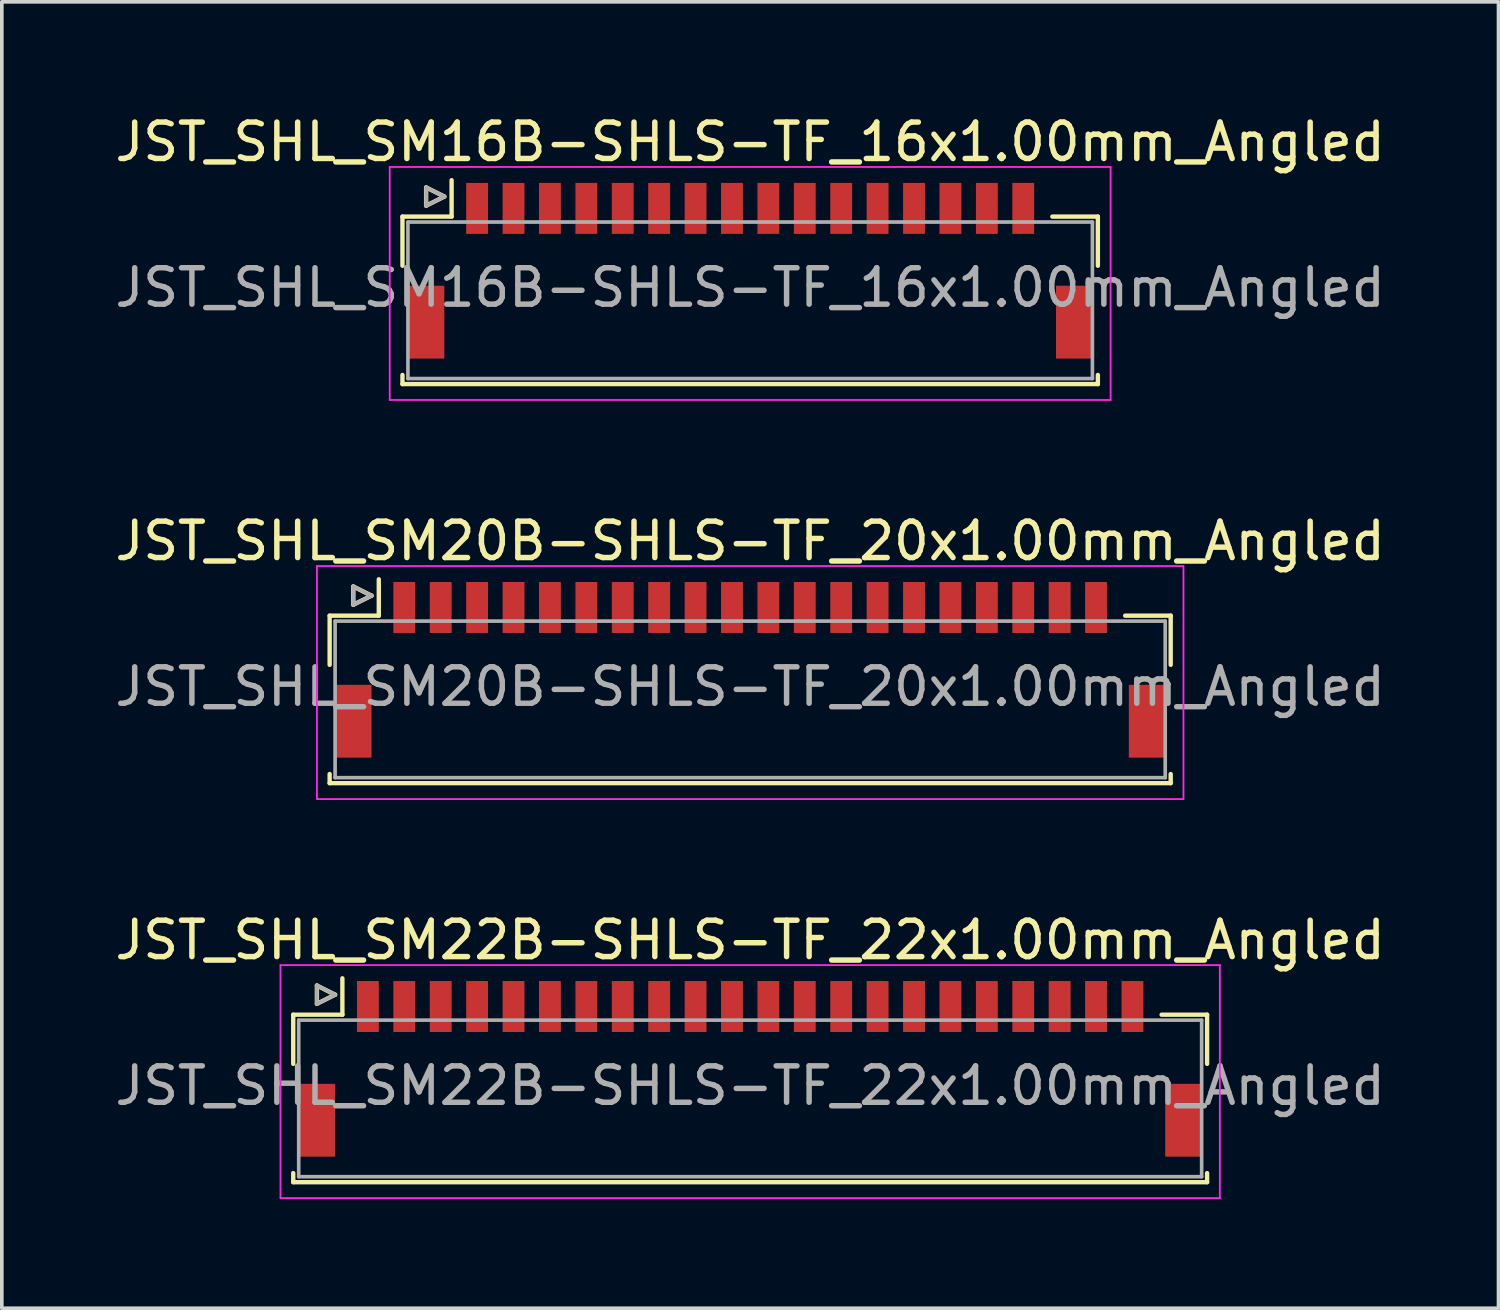
<source format=kicad_pcb>
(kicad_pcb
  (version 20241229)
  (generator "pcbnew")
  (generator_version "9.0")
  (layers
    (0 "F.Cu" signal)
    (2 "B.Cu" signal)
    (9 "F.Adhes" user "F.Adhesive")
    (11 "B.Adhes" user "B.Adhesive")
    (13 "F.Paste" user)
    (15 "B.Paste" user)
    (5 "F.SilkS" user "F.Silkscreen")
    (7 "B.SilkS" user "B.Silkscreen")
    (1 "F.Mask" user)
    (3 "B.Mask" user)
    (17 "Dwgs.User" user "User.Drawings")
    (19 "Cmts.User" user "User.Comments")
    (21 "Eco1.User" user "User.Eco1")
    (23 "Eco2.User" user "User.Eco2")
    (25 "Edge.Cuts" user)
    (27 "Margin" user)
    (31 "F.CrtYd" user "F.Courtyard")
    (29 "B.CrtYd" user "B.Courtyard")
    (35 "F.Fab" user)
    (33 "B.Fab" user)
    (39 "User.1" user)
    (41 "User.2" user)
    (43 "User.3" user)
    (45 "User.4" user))
  (footprint "JST_SHL_SM16B-SHLS-TF_16x1.00mm_Angled"
    (layer "F.Cu")
    (at 17.554 4.236)
    (property "Reference" "JST_SHL_SM16B-SHLS-TF_16x1.00mm_Angled" (at 0 -3.388 0) (layer "F.SilkS") (effects (font (size 1 1) (thickness 0.15))))
    (attr smd)
    (fp_line (start -9.55 -1.337) (end -8.2 -1.337) (stroke (width 0.12) (type solid)) (layer "F.SilkS"))
    (fp_line (start -9.55 0.013) (end -9.55 -1.337) (stroke (width 0.12) (type solid)) (layer "F.SilkS"))
    (fp_line (start -9.55 3.013) (end -9.55 3.263) (stroke (width 0.12) (type solid)) (layer "F.SilkS"))
    (fp_line (start -9.55 3.263) (end 9.55 3.263) (stroke (width 0.12) (type solid)) (layer "F.SilkS"))
    (fp_line (start -8.9 -2.138) (end -8.9 -1.637) (stroke (width 0.12) (type solid)) (layer "F.SilkS"))
    (fp_line (start -8.9 -1.637) (end -8.4 -1.887) (stroke (width 0.12) (type solid)) (layer "F.SilkS"))
    (fp_line (start -8.4 -1.887) (end -8.9 -2.138) (stroke (width 0.12) (type solid)) (layer "F.SilkS"))
    (fp_line (start -8.2 -1.337) (end -8.2 -2.337) (stroke (width 0.12) (type solid)) (layer "F.SilkS"))
    (fp_line (start 9.55 -1.337) (end 8.3 -1.337) (stroke (width 0.12) (type solid)) (layer "F.SilkS"))
    (fp_line (start 9.55 0.013) (end 9.55 -1.337) (stroke (width 0.12) (type solid)) (layer "F.SilkS"))
    (fp_line (start 9.55 3.263) (end 9.55 3.013) (stroke (width 0.12) (type solid)) (layer "F.SilkS"))
    (fp_line (start -9.9 -2.7) (end -9.9 3.7) (stroke (width 0.05) (type solid)) (layer "F.CrtYd"))
    (fp_line (start -9.9 3.7) (end 9.9 3.7) (stroke (width 0.05) (type solid)) (layer "F.CrtYd"))
    (fp_line (start 9.9 -2.7) (end -9.9 -2.7) (stroke (width 0.05) (type solid)) (layer "F.CrtYd"))
    (fp_line (start 9.9 3.7) (end 9.9 -2.7) (stroke (width 0.05) (type solid)) (layer "F.CrtYd"))
    (fp_line (start -9.4 -1.188) (end -9.4 3.112) (stroke (width 0.1) (type solid)) (layer "F.Fab"))
    (fp_line (start -9.4 3.112) (end 9.4 3.112) (stroke (width 0.1) (type solid)) (layer "F.Fab"))
    (fp_line (start -8.9 -2.138) (end -8.9 -1.637) (stroke (width 0.1) (type solid)) (layer "F.Fab"))
    (fp_line (start -8.9 -1.637) (end -8.4 -1.887) (stroke (width 0.1) (type solid)) (layer "F.Fab"))
    (fp_line (start -8.4 -1.887) (end -8.9 -2.138) (stroke (width 0.1) (type solid)) (layer "F.Fab"))
    (fp_line (start 9.4 -1.188) (end -9.4 -1.188) (stroke (width 0.1) (type solid)) (layer "F.Fab"))
    (fp_line (start 9.4 3.112) (end 9.4 -1.188) (stroke (width 0.1) (type solid)) (layer "F.Fab"))
    (fp_text user "${REFERENCE}" (at 0 0.613 0) (layer "F.Fab") (effects (font (size 1 1) (thickness 0.15))))
    (pad "" smd rect (at -8.9 1.562) (size 1 2) (layers "F.Cu" "F.Mask" "F.Paste"))
    (pad "" smd rect (at 8.9 1.562) (size 1 2) (layers "F.Cu" "F.Mask" "F.Paste"))
    (pad "1" smd rect (at -7.5 -1.562) (size 0.6 1.4) (layers "F.Cu" "F.Mask" "F.Paste"))
    (pad "2" smd rect (at -6.5 -1.562) (size 0.6 1.4) (layers "F.Cu" "F.Mask" "F.Paste"))
    (pad "3" smd rect (at -5.5 -1.562) (size 0.6 1.4) (layers "F.Cu" "F.Mask" "F.Paste"))
    (pad "4" smd rect (at -4.5 -1.562) (size 0.6 1.4) (layers "F.Cu" "F.Mask" "F.Paste"))
    (pad "5" smd rect (at -3.5 -1.562) (size 0.6 1.4) (layers "F.Cu" "F.Mask" "F.Paste"))
    (pad "6" smd rect (at -2.5 -1.562) (size 0.6 1.4) (layers "F.Cu" "F.Mask" "F.Paste"))
    (pad "7" smd rect (at -1.5 -1.562) (size 0.6 1.4) (layers "F.Cu" "F.Mask" "F.Paste"))
    (pad "8" smd rect (at -0.5 -1.562) (size 0.6 1.4) (layers "F.Cu" "F.Mask" "F.Paste"))
    (pad "9" smd rect (at 0.5 -1.562) (size 0.6 1.4) (layers "F.Cu" "F.Mask" "F.Paste"))
    (pad "10" smd rect (at 1.5 -1.562) (size 0.6 1.4) (layers "F.Cu" "F.Mask" "F.Paste"))
    (pad "11" smd rect (at 2.5 -1.562) (size 0.6 1.4) (layers "F.Cu" "F.Mask" "F.Paste"))
    (pad "12" smd rect (at 3.5 -1.562) (size 0.6 1.4) (layers "F.Cu" "F.Mask" "F.Paste"))
    (pad "13" smd rect (at 4.5 -1.562) (size 0.6 1.4) (layers "F.Cu" "F.Mask" "F.Paste"))
    (pad "14" smd rect (at 5.5 -1.562) (size 0.6 1.4) (layers "F.Cu" "F.Mask" "F.Paste"))
    (pad "15" smd rect (at 6.5 -1.562) (size 0.6 1.4) (layers "F.Cu" "F.Mask" "F.Paste"))
    (pad "16" smd rect (at 7.5 -1.562) (size 0.6 1.4) (layers "F.Cu" "F.Mask" "F.Paste")))
  (footprint "JST_SHL_SM22B-SHLS-TF_22x1.00mm_Angled"
    (layer "F.Cu")
    (at 17.554 26.157)
    (property "Reference" "JST_SHL_SM22B-SHLS-TF_22x1.00mm_Angled" (at 0 -3.388 0) (layer "F.SilkS") (effects (font (size 1 1) (thickness 0.15))))
    (attr smd)
    (fp_line (start -12.55 -1.337) (end -11.2 -1.337) (stroke (width 0.12) (type solid)) (layer "F.SilkS"))
    (fp_line (start -12.55 0.013) (end -12.55 -1.337) (stroke (width 0.12) (type solid)) (layer "F.SilkS"))
    (fp_line (start -12.55 3.013) (end -12.55 3.263) (stroke (width 0.12) (type solid)) (layer "F.SilkS"))
    (fp_line (start -12.55 3.263) (end 12.55 3.263) (stroke (width 0.12) (type solid)) (layer "F.SilkS"))
    (fp_line (start -11.9 -2.138) (end -11.9 -1.637) (stroke (width 0.12) (type solid)) (layer "F.SilkS"))
    (fp_line (start -11.9 -1.637) (end -11.4 -1.887) (stroke (width 0.12) (type solid)) (layer "F.SilkS"))
    (fp_line (start -11.4 -1.887) (end -11.9 -2.138) (stroke (width 0.12) (type solid)) (layer "F.SilkS"))
    (fp_line (start -11.2 -1.337) (end -11.2 -2.337) (stroke (width 0.12) (type solid)) (layer "F.SilkS"))
    (fp_line (start 12.55 -1.337) (end 11.3 -1.337) (stroke (width 0.12) (type solid)) (layer "F.SilkS"))
    (fp_line (start 12.55 0.013) (end 12.55 -1.337) (stroke (width 0.12) (type solid)) (layer "F.SilkS"))
    (fp_line (start 12.55 3.263) (end 12.55 3.013) (stroke (width 0.12) (type solid)) (layer "F.SilkS"))
    (fp_line (start -12.9 -2.7) (end -12.9 3.7) (stroke (width 0.05) (type solid)) (layer "F.CrtYd"))
    (fp_line (start -12.9 3.7) (end 12.9 3.7) (stroke (width 0.05) (type solid)) (layer "F.CrtYd"))
    (fp_line (start 12.9 -2.7) (end -12.9 -2.7) (stroke (width 0.05) (type solid)) (layer "F.CrtYd"))
    (fp_line (start 12.9 3.7) (end 12.9 -2.7) (stroke (width 0.05) (type solid)) (layer "F.CrtYd"))
    (fp_line (start -12.4 -1.188) (end -12.4 3.112) (stroke (width 0.1) (type solid)) (layer "F.Fab"))
    (fp_line (start -12.4 3.112) (end 12.4 3.112) (stroke (width 0.1) (type solid)) (layer "F.Fab"))
    (fp_line (start -11.9 -2.138) (end -11.9 -1.637) (stroke (width 0.1) (type solid)) (layer "F.Fab"))
    (fp_line (start -11.9 -1.637) (end -11.4 -1.887) (stroke (width 0.1) (type solid)) (layer "F.Fab"))
    (fp_line (start -11.4 -1.887) (end -11.9 -2.138) (stroke (width 0.1) (type solid)) (layer "F.Fab"))
    (fp_line (start 12.4 -1.188) (end -12.4 -1.188) (stroke (width 0.1) (type solid)) (layer "F.Fab"))
    (fp_line (start 12.4 3.112) (end 12.4 -1.188) (stroke (width 0.1) (type solid)) (layer "F.Fab"))
    (fp_text user "${REFERENCE}" (at 0 0.613 0) (layer "F.Fab") (effects (font (size 1 1) (thickness 0.15))))
    (pad "" smd rect (at -11.9 1.562) (size 1 2) (layers "F.Cu" "F.Mask" "F.Paste"))
    (pad "" smd rect (at 11.9 1.562) (size 1 2) (layers "F.Cu" "F.Mask" "F.Paste"))
    (pad "1" smd rect (at -10.5 -1.562) (size 0.6 1.4) (layers "F.Cu" "F.Mask" "F.Paste"))
    (pad "2" smd rect (at -9.5 -1.562) (size 0.6 1.4) (layers "F.Cu" "F.Mask" "F.Paste"))
    (pad "3" smd rect (at -8.5 -1.562) (size 0.6 1.4) (layers "F.Cu" "F.Mask" "F.Paste"))
    (pad "4" smd rect (at -7.5 -1.562) (size 0.6 1.4) (layers "F.Cu" "F.Mask" "F.Paste"))
    (pad "5" smd rect (at -6.5 -1.562) (size 0.6 1.4) (layers "F.Cu" "F.Mask" "F.Paste"))
    (pad "6" smd rect (at -5.5 -1.562) (size 0.6 1.4) (layers "F.Cu" "F.Mask" "F.Paste"))
    (pad "7" smd rect (at -4.5 -1.562) (size 0.6 1.4) (layers "F.Cu" "F.Mask" "F.Paste"))
    (pad "8" smd rect (at -3.5 -1.562) (size 0.6 1.4) (layers "F.Cu" "F.Mask" "F.Paste"))
    (pad "9" smd rect (at -2.5 -1.562) (size 0.6 1.4) (layers "F.Cu" "F.Mask" "F.Paste"))
    (pad "10" smd rect (at -1.5 -1.562) (size 0.6 1.4) (layers "F.Cu" "F.Mask" "F.Paste"))
    (pad "11" smd rect (at -0.5 -1.562) (size 0.6 1.4) (layers "F.Cu" "F.Mask" "F.Paste"))
    (pad "12" smd rect (at 0.5 -1.562) (size 0.6 1.4) (layers "F.Cu" "F.Mask" "F.Paste"))
    (pad "13" smd rect (at 1.5 -1.562) (size 0.6 1.4) (layers "F.Cu" "F.Mask" "F.Paste"))
    (pad "14" smd rect (at 2.5 -1.562) (size 0.6 1.4) (layers "F.Cu" "F.Mask" "F.Paste"))
    (pad "15" smd rect (at 3.5 -1.562) (size 0.6 1.4) (layers "F.Cu" "F.Mask" "F.Paste"))
    (pad "16" smd rect (at 4.5 -1.562) (size 0.6 1.4) (layers "F.Cu" "F.Mask" "F.Paste"))
    (pad "17" smd rect (at 5.5 -1.562) (size 0.6 1.4) (layers "F.Cu" "F.Mask" "F.Paste"))
    (pad "18" smd rect (at 6.5 -1.562) (size 0.6 1.4) (layers "F.Cu" "F.Mask" "F.Paste"))
    (pad "19" smd rect (at 7.5 -1.562) (size 0.6 1.4) (layers "F.Cu" "F.Mask" "F.Paste"))
    (pad "20" smd rect (at 8.5 -1.562) (size 0.6 1.4) (layers "F.Cu" "F.Mask" "F.Paste"))
    (pad "21" smd rect (at 9.5 -1.562) (size 0.6 1.4) (layers "F.Cu" "F.Mask" "F.Paste"))
    (pad "22" smd rect (at 10.5 -1.562) (size 0.6 1.4) (layers "F.Cu" "F.Mask" "F.Paste")))
  (footprint "JST_SHL_SM20B-SHLS-TF_20x1.00mm_Angled"
    (layer "F.Cu")
    (at 17.554 15.197)
    (property "Reference" "JST_SHL_SM20B-SHLS-TF_20x1.00mm_Angled" (at 0 -3.388 0) (layer "F.SilkS") (effects (font (size 1 1) (thickness 0.15))))
    (attr smd)
    (fp_line (start -11.55 -1.337) (end -10.2 -1.337) (stroke (width 0.12) (type solid)) (layer "F.SilkS"))
    (fp_line (start -11.55 0.013) (end -11.55 -1.337) (stroke (width 0.12) (type solid)) (layer "F.SilkS"))
    (fp_line (start -11.55 3.013) (end -11.55 3.263) (stroke (width 0.12) (type solid)) (layer "F.SilkS"))
    (fp_line (start -11.55 3.263) (end 11.55 3.263) (stroke (width 0.12) (type solid)) (layer "F.SilkS"))
    (fp_line (start -10.9 -2.138) (end -10.9 -1.637) (stroke (width 0.12) (type solid)) (layer "F.SilkS"))
    (fp_line (start -10.9 -1.637) (end -10.4 -1.887) (stroke (width 0.12) (type solid)) (layer "F.SilkS"))
    (fp_line (start -10.4 -1.887) (end -10.9 -2.138) (stroke (width 0.12) (type solid)) (layer "F.SilkS"))
    (fp_line (start -10.2 -1.337) (end -10.2 -2.337) (stroke (width 0.12) (type solid)) (layer "F.SilkS"))
    (fp_line (start 11.55 -1.337) (end 10.3 -1.337) (stroke (width 0.12) (type solid)) (layer "F.SilkS"))
    (fp_line (start 11.55 0.013) (end 11.55 -1.337) (stroke (width 0.12) (type solid)) (layer "F.SilkS"))
    (fp_line (start 11.55 3.263) (end 11.55 3.013) (stroke (width 0.12) (type solid)) (layer "F.SilkS"))
    (fp_line (start -11.9 -2.7) (end -11.9 3.7) (stroke (width 0.05) (type solid)) (layer "F.CrtYd"))
    (fp_line (start -11.9 3.7) (end 11.9 3.7) (stroke (width 0.05) (type solid)) (layer "F.CrtYd"))
    (fp_line (start 11.9 -2.7) (end -11.9 -2.7) (stroke (width 0.05) (type solid)) (layer "F.CrtYd"))
    (fp_line (start 11.9 3.7) (end 11.9 -2.7) (stroke (width 0.05) (type solid)) (layer "F.CrtYd"))
    (fp_line (start -11.4 -1.188) (end -11.4 3.112) (stroke (width 0.1) (type solid)) (layer "F.Fab"))
    (fp_line (start -11.4 3.112) (end 11.4 3.112) (stroke (width 0.1) (type solid)) (layer "F.Fab"))
    (fp_line (start -10.9 -2.138) (end -10.9 -1.637) (stroke (width 0.1) (type solid)) (layer "F.Fab"))
    (fp_line (start -10.9 -1.637) (end -10.4 -1.887) (stroke (width 0.1) (type solid)) (layer "F.Fab"))
    (fp_line (start -10.4 -1.887) (end -10.9 -2.138) (stroke (width 0.1) (type solid)) (layer "F.Fab"))
    (fp_line (start 11.4 -1.188) (end -11.4 -1.188) (stroke (width 0.1) (type solid)) (layer "F.Fab"))
    (fp_line (start 11.4 3.112) (end 11.4 -1.188) (stroke (width 0.1) (type solid)) (layer "F.Fab"))
    (fp_text user "${REFERENCE}" (at 0 0.613 0) (layer "F.Fab") (effects (font (size 1 1) (thickness 0.15))))
    (pad "" smd rect (at -10.9 1.562) (size 1 2) (layers "F.Cu" "F.Mask" "F.Paste"))
    (pad "" smd rect (at 10.9 1.562) (size 1 2) (layers "F.Cu" "F.Mask" "F.Paste"))
    (pad "1" smd rect (at -9.5 -1.562) (size 0.6 1.4) (layers "F.Cu" "F.Mask" "F.Paste"))
    (pad "2" smd rect (at -8.5 -1.562) (size 0.6 1.4) (layers "F.Cu" "F.Mask" "F.Paste"))
    (pad "3" smd rect (at -7.5 -1.562) (size 0.6 1.4) (layers "F.Cu" "F.Mask" "F.Paste"))
    (pad "4" smd rect (at -6.5 -1.562) (size 0.6 1.4) (layers "F.Cu" "F.Mask" "F.Paste"))
    (pad "5" smd rect (at -5.5 -1.562) (size 0.6 1.4) (layers "F.Cu" "F.Mask" "F.Paste"))
    (pad "6" smd rect (at -4.5 -1.562) (size 0.6 1.4) (layers "F.Cu" "F.Mask" "F.Paste"))
    (pad "7" smd rect (at -3.5 -1.562) (size 0.6 1.4) (layers "F.Cu" "F.Mask" "F.Paste"))
    (pad "8" smd rect (at -2.5 -1.562) (size 0.6 1.4) (layers "F.Cu" "F.Mask" "F.Paste"))
    (pad "9" smd rect (at -1.5 -1.562) (size 0.6 1.4) (layers "F.Cu" "F.Mask" "F.Paste"))
    (pad "10" smd rect (at -0.5 -1.562) (size 0.6 1.4) (layers "F.Cu" "F.Mask" "F.Paste"))
    (pad "11" smd rect (at 0.5 -1.562) (size 0.6 1.4) (layers "F.Cu" "F.Mask" "F.Paste"))
    (pad "12" smd rect (at 1.5 -1.562) (size 0.6 1.4) (layers "F.Cu" "F.Mask" "F.Paste"))
    (pad "13" smd rect (at 2.5 -1.562) (size 0.6 1.4) (layers "F.Cu" "F.Mask" "F.Paste"))
    (pad "14" smd rect (at 3.5 -1.562) (size 0.6 1.4) (layers "F.Cu" "F.Mask" "F.Paste"))
    (pad "15" smd rect (at 4.5 -1.562) (size 0.6 1.4) (layers "F.Cu" "F.Mask" "F.Paste"))
    (pad "16" smd rect (at 5.5 -1.562) (size 0.6 1.4) (layers "F.Cu" "F.Mask" "F.Paste"))
    (pad "17" smd rect (at 6.5 -1.562) (size 0.6 1.4) (layers "F.Cu" "F.Mask" "F.Paste"))
    (pad "18" smd rect (at 7.5 -1.562) (size 0.6 1.4) (layers "F.Cu" "F.Mask" "F.Paste"))
    (pad "19" smd rect (at 8.5 -1.562) (size 0.6 1.4) (layers "F.Cu" "F.Mask" "F.Paste"))
    (pad "20" smd rect (at 9.5 -1.562) (size 0.6 1.4) (layers "F.Cu" "F.Mask" "F.Paste")))
  (gr_rect
    (start -3 -3)
    (end 38.107 32.882)
    (stroke (width 0.1) (type default))
    (fill no)
    (layer "Edge.Cuts")))
</source>
